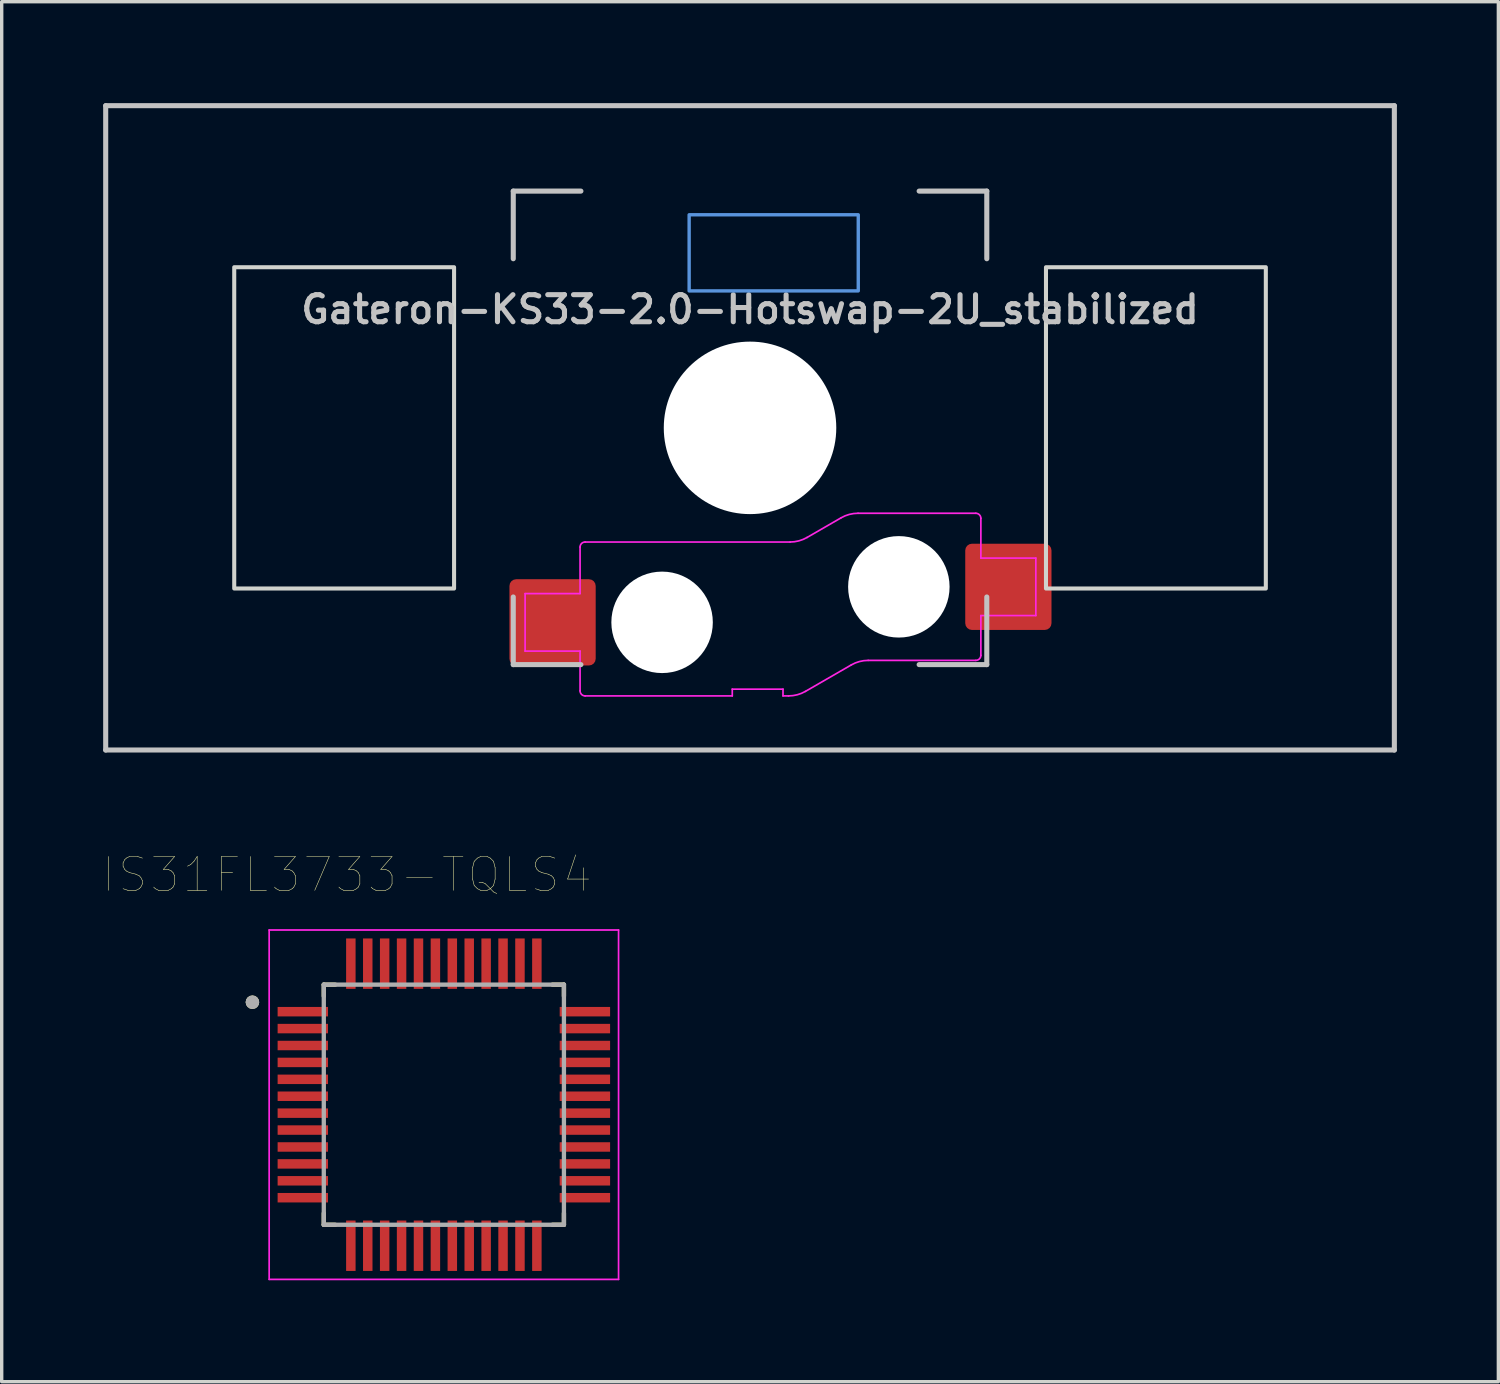
<source format=kicad_pcb>
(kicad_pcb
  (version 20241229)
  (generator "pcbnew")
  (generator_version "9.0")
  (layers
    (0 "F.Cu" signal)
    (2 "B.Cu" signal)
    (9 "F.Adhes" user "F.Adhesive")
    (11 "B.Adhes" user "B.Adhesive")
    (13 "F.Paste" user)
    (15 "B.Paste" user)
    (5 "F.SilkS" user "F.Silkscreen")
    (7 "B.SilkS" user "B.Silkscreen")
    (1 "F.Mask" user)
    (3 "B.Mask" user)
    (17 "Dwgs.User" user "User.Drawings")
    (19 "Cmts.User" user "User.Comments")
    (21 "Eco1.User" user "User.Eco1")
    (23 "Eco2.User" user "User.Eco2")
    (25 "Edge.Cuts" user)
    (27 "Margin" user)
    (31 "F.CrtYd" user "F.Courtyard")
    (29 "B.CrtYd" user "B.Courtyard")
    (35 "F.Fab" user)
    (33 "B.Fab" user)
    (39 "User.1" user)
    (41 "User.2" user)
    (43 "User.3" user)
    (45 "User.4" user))
  (footprint "IS31FL3733-TQLS4"
    (layer "F.Cu")
    (at 10.073 29.611)
    (property "Reference" "IS31FL3733-TQLS4" (at -2.865 -6.8 0) (layer "F.SilkS") (effects (font (size 1 1) (thickness 0.015))))
    (attr through_hole)
    (fp_line (start -3.55 -3.55) (end -3.55 -3.21) (stroke (width 0.127) (type solid)) (layer "F.SilkS"))
    (fp_line (start -3.55 -3.55) (end -3.21 -3.55) (stroke (width 0.127) (type solid)) (layer "F.SilkS"))
    (fp_line (start -3.55 3.55) (end -3.55 3.21) (stroke (width 0.127) (type solid)) (layer "F.SilkS"))
    (fp_line (start -3.55 3.55) (end -3.21 3.55) (stroke (width 0.127) (type solid)) (layer "F.SilkS"))
    (fp_line (start 3.55 -3.55) (end 3.21 -3.55) (stroke (width 0.127) (type solid)) (layer "F.SilkS"))
    (fp_line (start 3.55 -3.55) (end 3.55 -3.21) (stroke (width 0.127) (type solid)) (layer "F.SilkS"))
    (fp_line (start 3.55 3.55) (end 3.21 3.55) (stroke (width 0.127) (type solid)) (layer "F.SilkS"))
    (fp_line (start 3.55 3.55) (end 3.55 3.21) (stroke (width 0.127) (type solid)) (layer "F.SilkS"))
    (fp_circle (center -5.66 -3.03) (end -5.56 -3.03) (stroke (width 0.2) (type solid)) (fill no) (layer "F.SilkS"))
    (fp_line (start -5.165 -5.165) (end 5.165 -5.165) (stroke (width 0.05) (type solid)) (layer "F.CrtYd"))
    (fp_line (start -5.165 5.165) (end -5.165 -5.165) (stroke (width 0.05) (type solid)) (layer "F.CrtYd"))
    (fp_line (start -5.165 5.165) (end 5.165 5.165) (stroke (width 0.05) (type solid)) (layer "F.CrtYd"))
    (fp_line (start 5.165 5.165) (end 5.165 -5.165) (stroke (width 0.05) (type solid)) (layer "F.CrtYd"))
    (fp_line (start -3.55 3.55) (end -3.55 -3.55) (stroke (width 0.127) (type solid)) (layer "F.Fab"))
    (fp_line (start 3.55 -3.55) (end -3.55 -3.55) (stroke (width 0.127) (type solid)) (layer "F.Fab"))
    (fp_line (start 3.55 3.55) (end -3.55 3.55) (stroke (width 0.127) (type solid)) (layer "F.Fab"))
    (fp_line (start 3.55 3.55) (end 3.55 -3.55) (stroke (width 0.127) (type solid)) (layer "F.Fab"))
    (fp_circle (center -5.66 -3.03) (end -5.56 -3.03) (stroke (width 0.2) (type solid)) (fill no) (layer "F.Fab"))
    (pad "1" smd rect (at -4.17 -2.75) (size 1.49 0.28) (layers "F.Cu" "F.Mask" "F.Paste"))
    (pad "2" smd rect (at -4.17 -2.25) (size 1.49 0.28) (layers "F.Cu" "F.Mask" "F.Paste"))
    (pad "3" smd rect (at -4.17 -1.75) (size 1.49 0.28) (layers "F.Cu" "F.Mask" "F.Paste"))
    (pad "4" smd rect (at -4.17 -1.25) (size 1.49 0.28) (layers "F.Cu" "F.Mask" "F.Paste"))
    (pad "5" smd rect (at -4.17 -0.75) (size 1.49 0.28) (layers "F.Cu" "F.Mask" "F.Paste"))
    (pad "6" smd rect (at -4.17 -0.25) (size 1.49 0.28) (layers "F.Cu" "F.Mask" "F.Paste"))
    (pad "7" smd rect (at -4.17 0.25) (size 1.49 0.28) (layers "F.Cu" "F.Mask" "F.Paste"))
    (pad "8" smd rect (at -4.17 0.75) (size 1.49 0.28) (layers "F.Cu" "F.Mask" "F.Paste"))
    (pad "9" smd rect (at -4.17 1.25) (size 1.49 0.28) (layers "F.Cu" "F.Mask" "F.Paste"))
    (pad "10" smd rect (at -4.17 1.75) (size 1.49 0.28) (layers "F.Cu" "F.Mask" "F.Paste"))
    (pad "11" smd rect (at -4.17 2.25) (size 1.49 0.28) (layers "F.Cu" "F.Mask" "F.Paste"))
    (pad "12" smd rect (at -4.17 2.75) (size 1.49 0.28) (layers "F.Cu" "F.Mask" "F.Paste"))
    (pad "13" smd rect (at -2.75 4.17) (size 0.28 1.49) (layers "F.Cu" "F.Mask" "F.Paste"))
    (pad "14" smd rect (at -2.25 4.17) (size 0.28 1.49) (layers "F.Cu" "F.Mask" "F.Paste"))
    (pad "15" smd rect (at -1.75 4.17) (size 0.28 1.49) (layers "F.Cu" "F.Mask" "F.Paste"))
    (pad "16" smd rect (at -1.25 4.17) (size 0.28 1.49) (layers "F.Cu" "F.Mask" "F.Paste"))
    (pad "17" smd rect (at -0.75 4.17) (size 0.28 1.49) (layers "F.Cu" "F.Mask" "F.Paste"))
    (pad "18" smd rect (at -0.25 4.17) (size 0.28 1.49) (layers "F.Cu" "F.Mask" "F.Paste"))
    (pad "19" smd rect (at 0.25 4.17) (size 0.28 1.49) (layers "F.Cu" "F.Mask" "F.Paste"))
    (pad "20" smd rect (at 0.75 4.17) (size 0.28 1.49) (layers "F.Cu" "F.Mask" "F.Paste"))
    (pad "21" smd rect (at 1.25 4.17) (size 0.28 1.49) (layers "F.Cu" "F.Mask" "F.Paste"))
    (pad "22" smd rect (at 1.75 4.17) (size 0.28 1.49) (layers "F.Cu" "F.Mask" "F.Paste"))
    (pad "23" smd rect (at 2.25 4.17) (size 0.28 1.49) (layers "F.Cu" "F.Mask" "F.Paste"))
    (pad "24" smd rect (at 2.75 4.17) (size 0.28 1.49) (layers "F.Cu" "F.Mask" "F.Paste"))
    (pad "25" smd rect (at 4.17 2.75) (size 1.49 0.28) (layers "F.Cu" "F.Mask" "F.Paste"))
    (pad "26" smd rect (at 4.17 2.25) (size 1.49 0.28) (layers "F.Cu" "F.Mask" "F.Paste"))
    (pad "27" smd rect (at 4.17 1.75) (size 1.49 0.28) (layers "F.Cu" "F.Mask" "F.Paste"))
    (pad "28" smd rect (at 4.17 1.25) (size 1.49 0.28) (layers "F.Cu" "F.Mask" "F.Paste"))
    (pad "29" smd rect (at 4.17 0.75) (size 1.49 0.28) (layers "F.Cu" "F.Mask" "F.Paste"))
    (pad "30" smd rect (at 4.17 0.25) (size 1.49 0.28) (layers "F.Cu" "F.Mask" "F.Paste"))
    (pad "31" smd rect (at 4.17 -0.25) (size 1.49 0.28) (layers "F.Cu" "F.Mask" "F.Paste"))
    (pad "32" smd rect (at 4.17 -0.75) (size 1.49 0.28) (layers "F.Cu" "F.Mask" "F.Paste"))
    (pad "33" smd rect (at 4.17 -1.25) (size 1.49 0.28) (layers "F.Cu" "F.Mask" "F.Paste"))
    (pad "34" smd rect (at 4.17 -1.75) (size 1.49 0.28) (layers "F.Cu" "F.Mask" "F.Paste"))
    (pad "35" smd rect (at 4.17 -2.25) (size 1.49 0.28) (layers "F.Cu" "F.Mask" "F.Paste"))
    (pad "36" smd rect (at 4.17 -2.75) (size 1.49 0.28) (layers "F.Cu" "F.Mask" "F.Paste"))
    (pad "37" smd rect (at 2.75 -4.17) (size 0.28 1.49) (layers "F.Cu" "F.Mask" "F.Paste"))
    (pad "38" smd rect (at 2.25 -4.17) (size 0.28 1.49) (layers "F.Cu" "F.Mask" "F.Paste"))
    (pad "39" smd rect (at 1.75 -4.17) (size 0.28 1.49) (layers "F.Cu" "F.Mask" "F.Paste"))
    (pad "40" smd rect (at 1.25 -4.17) (size 0.28 1.49) (layers "F.Cu" "F.Mask" "F.Paste"))
    (pad "41" smd rect (at 0.75 -4.17) (size 0.28 1.49) (layers "F.Cu" "F.Mask" "F.Paste"))
    (pad "42" smd rect (at 0.25 -4.17) (size 0.28 1.49) (layers "F.Cu" "F.Mask" "F.Paste"))
    (pad "43" smd rect (at -0.25 -4.17) (size 0.28 1.49) (layers "F.Cu" "F.Mask" "F.Paste"))
    (pad "44" smd rect (at -0.75 -4.17) (size 0.28 1.49) (layers "F.Cu" "F.Mask" "F.Paste"))
    (pad "45" smd rect (at -1.25 -4.17) (size 0.28 1.49) (layers "F.Cu" "F.Mask" "F.Paste"))
    (pad "46" smd rect (at -1.75 -4.17) (size 0.28 1.49) (layers "F.Cu" "F.Mask" "F.Paste"))
    (pad "47" smd rect (at -2.25 -4.17) (size 0.28 1.49) (layers "F.Cu" "F.Mask" "F.Paste"))
    (pad "48" smd rect (at -2.75 -4.17) (size 0.28 1.49) (layers "F.Cu" "F.Mask" "F.Paste")))
  (footprint "Gateron-KS33-2.0-Hotswap-2U_stabilized"
    (layer "F.Cu")
    (at 19.125 9.6)
    (property "Reference" "Gateron-KS33-2.0-Hotswap-2U_stabilized" (at 0 -3.5 0) (layer "Dwgs.User") (effects (font (size 0.8 0.8) (thickness 0.15))))
    (attr smd)
    (fp_line (start -19.05 9.525) (end -19.05 -9.525) (stroke (width 0.15) (type solid)) (layer "Dwgs.User"))
    (fp_line (start -7 -7) (end -5 -7) (stroke (width 0.15) (type solid)) (layer "Dwgs.User"))
    (fp_line (start -7 -5) (end -7 -7) (stroke (width 0.15) (type solid)) (layer "Dwgs.User"))
    (fp_line (start -7 5) (end -7 7) (stroke (width 0.15) (type solid)) (layer "Dwgs.User"))
    (fp_line (start -7 7) (end -5 7) (stroke (width 0.15) (type solid)) (layer "Dwgs.User"))
    (fp_line (start 5 7) (end 7 7) (stroke (width 0.15) (type solid)) (layer "Dwgs.User"))
    (fp_line (start 7 -7) (end 5 -7) (stroke (width 0.15) (type solid)) (layer "Dwgs.User"))
    (fp_line (start 7 -5) (end 7 -7) (stroke (width 0.15) (type solid)) (layer "Dwgs.User"))
    (fp_line (start 7 7) (end 7 5) (stroke (width 0.15) (type solid)) (layer "Dwgs.User"))
    (fp_line (start 19.05 -9.525) (end -19.05 -9.525) (stroke (width 0.15) (type solid)) (layer "Dwgs.User"))
    (fp_line (start 19.05 9.525) (end -19.05 9.525) (stroke (width 0.15) (type solid)) (layer "Dwgs.User"))
    (fp_line (start 19.05 9.525) (end 19.05 -9.525) (stroke (width 0.15) (type solid)) (layer "Dwgs.User"))
    (fp_rect (start -1.8 -6.3) (end 3.2 -4.05) (stroke (width 0.1) (type default)) (fill no) (layer "Cmts.User"))
    (fp_rect (start -15.25 -4.75) (end -8.75 4.75) (stroke (width 0.12) (type solid)) (fill no) (layer "Edge.Cuts"))
    (fp_rect (start 8.75 -4.75) (end 15.25 4.75) (stroke (width 0.12) (type solid)) (fill no) (layer "Edge.Cuts"))
    (fp_line (start -6.65 4.9) (end -6.65 6.6) (stroke (width 0.05) (type solid)) (layer "F.CrtYd"))
    (fp_line (start -6.65 6.6) (end -5.025 6.6) (stroke (width 0.05) (type solid)) (layer "F.CrtYd"))
    (fp_line (start -5.025 3.525) (end -5.025 4.9) (stroke (width 0.05) (type solid)) (layer "F.CrtYd"))
    (fp_line (start -5.025 4.9) (end -6.65 4.9) (stroke (width 0.05) (type solid)) (layer "F.CrtYd"))
    (fp_line (start -5.025 6.6) (end -5.025 7.775) (stroke (width 0.05) (type solid)) (layer "F.CrtYd"))
    (fp_line (start -4.875 7.925) (end -0.525 7.925) (stroke (width 0.05) (type solid)) (layer "F.CrtYd"))
    (fp_line (start -0.525 7.725) (end 0.975 7.725) (stroke (width 0.05) (type solid)) (layer "F.CrtYd"))
    (fp_line (start -0.525 7.925) (end -0.525 7.725) (stroke (width 0.05) (type solid)) (layer "F.CrtYd"))
    (fp_line (start 0.975 7.725) (end 0.975 7.925) (stroke (width 0.05) (type solid)) (layer "F.CrtYd"))
    (fp_line (start 0.975 7.925) (end 1.138 7.925) (stroke (width 0.05) (type solid)) (layer "F.CrtYd"))
    (fp_line (start 1.185 3.375) (end -4.875 3.375) (stroke (width 0.05) (type solid)) (layer "F.CrtYd"))
    (fp_line (start 1.638 7.791) (end 2.993 7.009) (stroke (width 0.05) (type solid)) (layer "F.CrtYd"))
    (fp_line (start 2.693 2.659) (end 1.685 3.241) (stroke (width 0.05) (type solid)) (layer "F.CrtYd"))
    (fp_line (start 3.493 6.875) (end 6.675 6.875) (stroke (width 0.05) (type solid)) (layer "F.CrtYd"))
    (fp_line (start 6.675 2.525) (end 3.193 2.525) (stroke (width 0.05) (type solid)) (layer "F.CrtYd"))
    (fp_line (start 6.825 3.85) (end 6.825 2.675) (stroke (width 0.05) (type solid)) (layer "F.CrtYd"))
    (fp_line (start 6.825 5.55) (end 8.45 5.55) (stroke (width 0.05) (type solid)) (layer "F.CrtYd"))
    (fp_line (start 6.825 6.725) (end 6.825 5.55) (stroke (width 0.05) (type solid)) (layer "F.CrtYd"))
    (fp_line (start 8.45 3.85) (end 6.825 3.85) (stroke (width 0.05) (type solid)) (layer "F.CrtYd"))
    (fp_line (start 8.45 5.55) (end 8.45 3.85) (stroke (width 0.05) (type solid)) (layer "F.CrtYd"))
    (fp_arc (start -5.025 3.525) (mid -4.981066 3.418934) (end -4.875 3.375) (stroke (width 0.05) (type solid)) (layer "F.CrtYd"))
    (fp_arc (start -4.875 7.925) (mid -4.981066 7.881066) (end -5.025 7.775) (stroke (width 0.05) (type solid)) (layer "F.CrtYd"))
    (fp_arc (start 1.638397 7.791025) (mid 1.397216 7.890926) (end 1.138397 7.925) (stroke (width 0.05) (type solid)) (layer "F.CrtYd"))
    (fp_arc (start 1.684808 3.241025) (mid 1.443627 3.340926) (end 1.184808 3.375) (stroke (width 0.05) (type solid)) (layer "F.CrtYd"))
    (fp_arc (start 2.692949 2.658975) (mid 2.93413 2.559074) (end 3.192949 2.525) (stroke (width 0.05) (type solid)) (layer "F.CrtYd"))
    (fp_arc (start 2.992949 7.008975) (mid 3.23413 6.909074) (end 3.492949 6.875) (stroke (width 0.05) (type solid)) (layer "F.CrtYd"))
    (fp_arc (start 6.675 2.525) (mid 6.781066 2.568934) (end 6.825 2.675) (stroke (width 0.05) (type solid)) (layer "F.CrtYd"))
    (fp_arc (start 6.825 6.725) (mid 6.781066 6.831066) (end 6.675 6.875) (stroke (width 0.05) (type solid)) (layer "F.CrtYd"))
    (pad "" np_thru_hole circle (at -2.6 5.75 180) (size 3 3) (drill 3) (layers "*.Cu" "*.Mask"))
    (pad "" np_thru_hole circle (at 0 0 180) (size 5.1 5.1) (drill 5.1) (layers "*.Cu" "*.Mask"))
    (pad "" np_thru_hole circle (at 4.4 4.7 180) (size 3 3) (drill 3) (layers "*.Cu" "*.Mask"))
    (pad "1" smd roundrect (at 7.638 4.7 180) (size 2.55 2.55) (layers "F.Cu" "F.Mask" "F.Paste") (roundrect_rratio 0.078))
    (pad "2" smd roundrect (at -5.838 5.75 180) (size 2.55 2.55) (layers "F.Cu" "F.Mask" "F.Paste") (roundrect_rratio 0.078)))
  (gr_rect
    (start -3 -3)
    (end 41.25 37.801)
    (stroke (width 0.1) (type default))
    (fill no)
    (layer "Edge.Cuts")))
</source>
